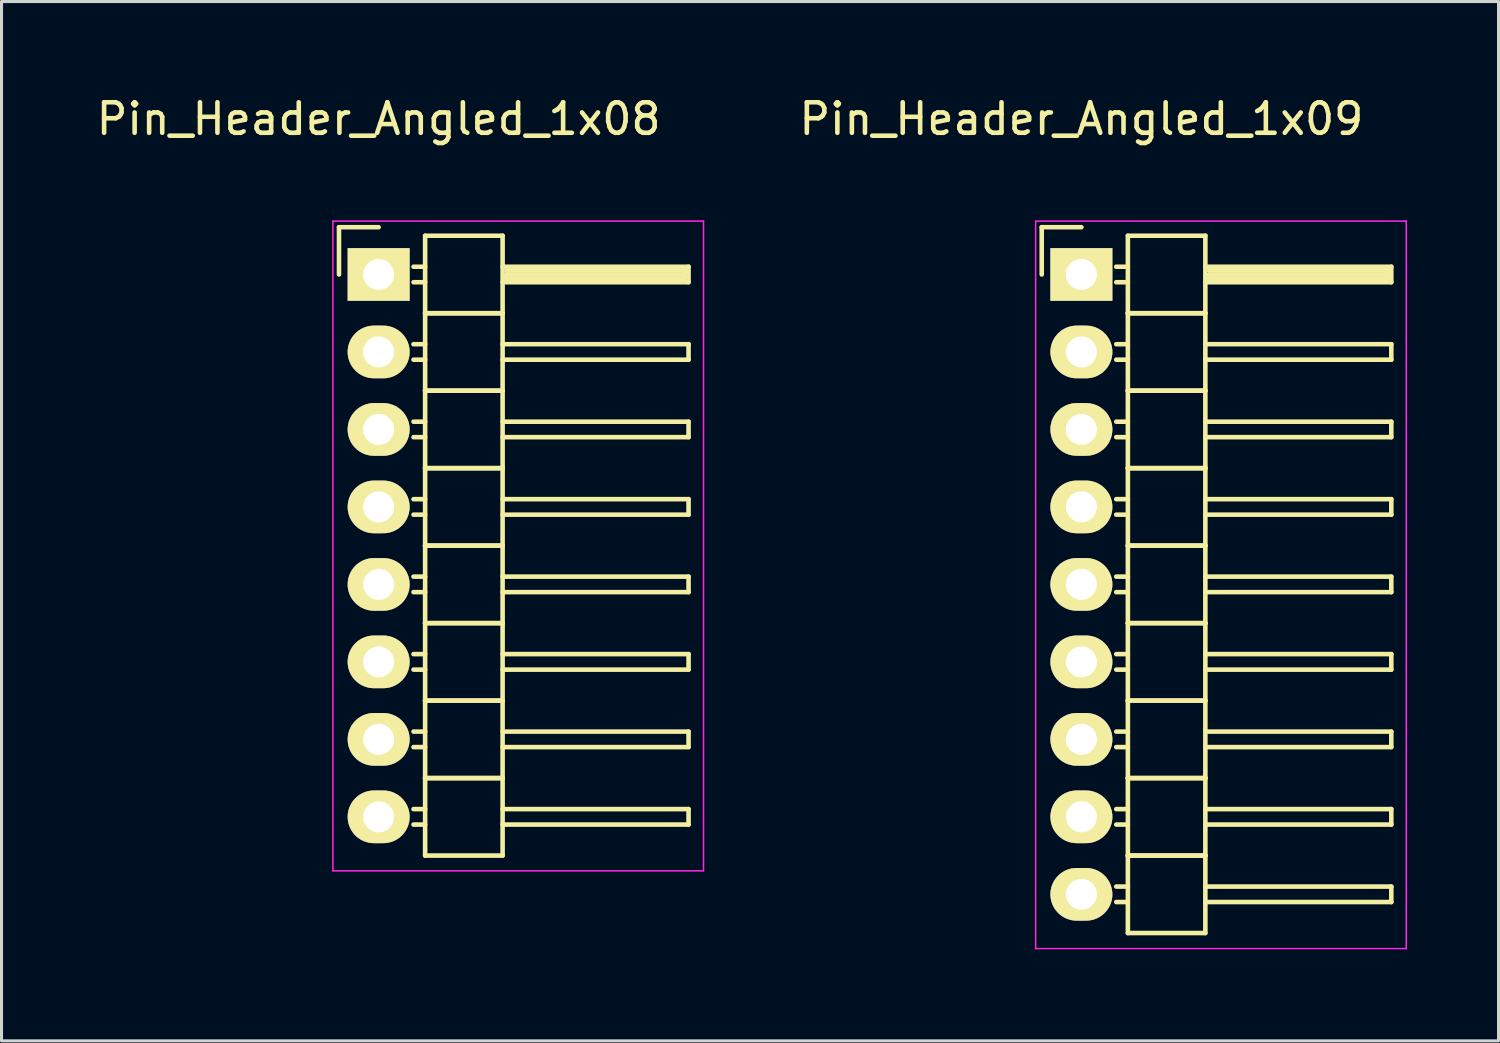
<source format=kicad_pcb>
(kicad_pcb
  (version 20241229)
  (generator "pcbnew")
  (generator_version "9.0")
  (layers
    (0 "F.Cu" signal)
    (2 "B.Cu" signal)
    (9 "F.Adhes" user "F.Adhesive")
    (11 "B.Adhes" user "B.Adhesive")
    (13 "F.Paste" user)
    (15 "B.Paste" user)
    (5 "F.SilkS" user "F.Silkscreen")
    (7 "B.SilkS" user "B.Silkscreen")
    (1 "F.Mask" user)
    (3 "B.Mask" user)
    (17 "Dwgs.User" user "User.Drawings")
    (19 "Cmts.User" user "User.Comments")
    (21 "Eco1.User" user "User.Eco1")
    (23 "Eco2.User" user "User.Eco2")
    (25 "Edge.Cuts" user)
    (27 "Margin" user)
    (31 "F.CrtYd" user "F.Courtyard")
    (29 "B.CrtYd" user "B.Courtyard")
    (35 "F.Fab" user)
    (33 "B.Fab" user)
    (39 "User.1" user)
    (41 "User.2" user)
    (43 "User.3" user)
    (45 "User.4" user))
  (footprint "Pin_Header_Angled_1x09"
    (layer "F.Cu")
    (at 32.401 5.948)
    (property "Reference" "Pin_Header_Angled_1x09" (at 0 -5.1 0) (layer "F.SilkS") (effects (font (size 1 1) (thickness 0.15))))
    (attr through_hole)
    (fp_line (start -1.3 -1.55) (end -1.3 0) (stroke (width 0.15) (type solid)) (layer "F.SilkS"))
    (fp_line (start 0 -1.55) (end -1.3 -1.55) (stroke (width 0.15) (type solid)) (layer "F.SilkS"))
    (fp_line (start 1.524 -1.27) (end 1.524 1.27) (stroke (width 0.15) (type solid)) (layer "F.SilkS"))
    (fp_line (start 1.524 -1.27) (end 4.064 -1.27) (stroke (width 0.15) (type solid)) (layer "F.SilkS"))
    (fp_line (start 1.524 -0.254) (end 1.143 -0.254) (stroke (width 0.15) (type solid)) (layer "F.SilkS"))
    (fp_line (start 1.524 0.254) (end 1.143 0.254) (stroke (width 0.15) (type solid)) (layer "F.SilkS"))
    (fp_line (start 1.524 1.27) (end 1.524 3.81) (stroke (width 0.15) (type solid)) (layer "F.SilkS"))
    (fp_line (start 1.524 1.27) (end 4.064 1.27) (stroke (width 0.15) (type solid)) (layer "F.SilkS"))
    (fp_line (start 1.524 1.27) (end 4.064 1.27) (stroke (width 0.15) (type solid)) (layer "F.SilkS"))
    (fp_line (start 1.524 2.286) (end 1.143 2.286) (stroke (width 0.15) (type solid)) (layer "F.SilkS"))
    (fp_line (start 1.524 2.794) (end 1.143 2.794) (stroke (width 0.15) (type solid)) (layer "F.SilkS"))
    (fp_line (start 1.524 3.81) (end 1.524 6.35) (stroke (width 0.15) (type solid)) (layer "F.SilkS"))
    (fp_line (start 1.524 3.81) (end 4.064 3.81) (stroke (width 0.15) (type solid)) (layer "F.SilkS"))
    (fp_line (start 1.524 3.81) (end 4.064 3.81) (stroke (width 0.15) (type solid)) (layer "F.SilkS"))
    (fp_line (start 1.524 4.826) (end 1.143 4.826) (stroke (width 0.15) (type solid)) (layer "F.SilkS"))
    (fp_line (start 1.524 5.334) (end 1.143 5.334) (stroke (width 0.15) (type solid)) (layer "F.SilkS"))
    (fp_line (start 1.524 6.35) (end 1.524 8.89) (stroke (width 0.15) (type solid)) (layer "F.SilkS"))
    (fp_line (start 1.524 6.35) (end 4.064 6.35) (stroke (width 0.15) (type solid)) (layer "F.SilkS"))
    (fp_line (start 1.524 6.35) (end 4.064 6.35) (stroke (width 0.15) (type solid)) (layer "F.SilkS"))
    (fp_line (start 1.524 7.366) (end 1.143 7.366) (stroke (width 0.15) (type solid)) (layer "F.SilkS"))
    (fp_line (start 1.524 7.874) (end 1.143 7.874) (stroke (width 0.15) (type solid)) (layer "F.SilkS"))
    (fp_line (start 1.524 8.89) (end 1.524 11.43) (stroke (width 0.15) (type solid)) (layer "F.SilkS"))
    (fp_line (start 1.524 8.89) (end 4.064 8.89) (stroke (width 0.15) (type solid)) (layer "F.SilkS"))
    (fp_line (start 1.524 8.89) (end 4.064 8.89) (stroke (width 0.15) (type solid)) (layer "F.SilkS"))
    (fp_line (start 1.524 9.906) (end 1.143 9.906) (stroke (width 0.15) (type solid)) (layer "F.SilkS"))
    (fp_line (start 1.524 10.414) (end 1.143 10.414) (stroke (width 0.15) (type solid)) (layer "F.SilkS"))
    (fp_line (start 1.524 11.43) (end 1.524 13.97) (stroke (width 0.15) (type solid)) (layer "F.SilkS"))
    (fp_line (start 1.524 11.43) (end 4.064 11.43) (stroke (width 0.15) (type solid)) (layer "F.SilkS"))
    (fp_line (start 1.524 11.43) (end 4.064 11.43) (stroke (width 0.15) (type solid)) (layer "F.SilkS"))
    (fp_line (start 1.524 12.446) (end 1.143 12.446) (stroke (width 0.15) (type solid)) (layer "F.SilkS"))
    (fp_line (start 1.524 12.954) (end 1.143 12.954) (stroke (width 0.15) (type solid)) (layer "F.SilkS"))
    (fp_line (start 1.524 13.97) (end 1.524 16.51) (stroke (width 0.15) (type solid)) (layer "F.SilkS"))
    (fp_line (start 1.524 13.97) (end 4.064 13.97) (stroke (width 0.15) (type solid)) (layer "F.SilkS"))
    (fp_line (start 1.524 13.97) (end 4.064 13.97) (stroke (width 0.15) (type solid)) (layer "F.SilkS"))
    (fp_line (start 1.524 14.986) (end 1.143 14.986) (stroke (width 0.15) (type solid)) (layer "F.SilkS"))
    (fp_line (start 1.524 15.494) (end 1.143 15.494) (stroke (width 0.15) (type solid)) (layer "F.SilkS"))
    (fp_line (start 1.524 16.51) (end 1.524 19.05) (stroke (width 0.15) (type solid)) (layer "F.SilkS"))
    (fp_line (start 1.524 16.51) (end 4.064 16.51) (stroke (width 0.15) (type solid)) (layer "F.SilkS"))
    (fp_line (start 1.524 16.51) (end 4.064 16.51) (stroke (width 0.15) (type solid)) (layer "F.SilkS"))
    (fp_line (start 1.524 17.526) (end 1.143 17.526) (stroke (width 0.15) (type solid)) (layer "F.SilkS"))
    (fp_line (start 1.524 18.034) (end 1.143 18.034) (stroke (width 0.15) (type solid)) (layer "F.SilkS"))
    (fp_line (start 1.524 19.05) (end 1.524 21.59) (stroke (width 0.15) (type solid)) (layer "F.SilkS"))
    (fp_line (start 1.524 19.05) (end 4.064 19.05) (stroke (width 0.15) (type solid)) (layer "F.SilkS"))
    (fp_line (start 1.524 19.05) (end 4.064 19.05) (stroke (width 0.15) (type solid)) (layer "F.SilkS"))
    (fp_line (start 1.524 20.066) (end 1.143 20.066) (stroke (width 0.15) (type solid)) (layer "F.SilkS"))
    (fp_line (start 1.524 20.574) (end 1.143 20.574) (stroke (width 0.15) (type solid)) (layer "F.SilkS"))
    (fp_line (start 1.524 21.59) (end 4.064 21.59) (stroke (width 0.15) (type solid)) (layer "F.SilkS"))
    (fp_line (start 4.064 -0.254) (end 10.16 -0.254) (stroke (width 0.15) (type solid)) (layer "F.SilkS"))
    (fp_line (start 4.064 1.27) (end 4.064 -1.27) (stroke (width 0.15) (type solid)) (layer "F.SilkS"))
    (fp_line (start 4.064 2.286) (end 10.16 2.286) (stroke (width 0.15) (type solid)) (layer "F.SilkS"))
    (fp_line (start 4.064 3.81) (end 4.064 1.27) (stroke (width 0.15) (type solid)) (layer "F.SilkS"))
    (fp_line (start 4.064 4.826) (end 10.16 4.826) (stroke (width 0.15) (type solid)) (layer "F.SilkS"))
    (fp_line (start 4.064 6.35) (end 4.064 3.81) (stroke (width 0.15) (type solid)) (layer "F.SilkS"))
    (fp_line (start 4.064 7.366) (end 10.16 7.366) (stroke (width 0.15) (type solid)) (layer "F.SilkS"))
    (fp_line (start 4.064 8.89) (end 4.064 6.35) (stroke (width 0.15) (type solid)) (layer "F.SilkS"))
    (fp_line (start 4.064 9.906) (end 10.16 9.906) (stroke (width 0.15) (type solid)) (layer "F.SilkS"))
    (fp_line (start 4.064 11.43) (end 4.064 8.89) (stroke (width 0.15) (type solid)) (layer "F.SilkS"))
    (fp_line (start 4.064 12.446) (end 10.16 12.446) (stroke (width 0.15) (type solid)) (layer "F.SilkS"))
    (fp_line (start 4.064 13.97) (end 4.064 11.43) (stroke (width 0.15) (type solid)) (layer "F.SilkS"))
    (fp_line (start 4.064 14.986) (end 10.16 14.986) (stroke (width 0.15) (type solid)) (layer "F.SilkS"))
    (fp_line (start 4.064 16.51) (end 4.064 13.97) (stroke (width 0.15) (type solid)) (layer "F.SilkS"))
    (fp_line (start 4.064 17.526) (end 10.16 17.526) (stroke (width 0.15) (type solid)) (layer "F.SilkS"))
    (fp_line (start 4.064 19.05) (end 4.064 16.51) (stroke (width 0.15) (type solid)) (layer "F.SilkS"))
    (fp_line (start 4.064 20.066) (end 10.16 20.066) (stroke (width 0.15) (type solid)) (layer "F.SilkS"))
    (fp_line (start 4.064 21.59) (end 4.064 19.05) (stroke (width 0.15) (type solid)) (layer "F.SilkS"))
    (fp_line (start 4.191 -0.127) (end 10.033 -0.127) (stroke (width 0.15) (type solid)) (layer "F.SilkS"))
    (fp_line (start 4.191 0) (end 10.033 0) (stroke (width 0.15) (type solid)) (layer "F.SilkS"))
    (fp_line (start 4.191 0.127) (end 4.191 0) (stroke (width 0.15) (type solid)) (layer "F.SilkS"))
    (fp_line (start 10.033 -0.127) (end 10.033 0.127) (stroke (width 0.15) (type solid)) (layer "F.SilkS"))
    (fp_line (start 10.033 0.127) (end 4.191 0.127) (stroke (width 0.15) (type solid)) (layer "F.SilkS"))
    (fp_line (start 10.16 -0.254) (end 10.16 0.254) (stroke (width 0.15) (type solid)) (layer "F.SilkS"))
    (fp_line (start 10.16 0.254) (end 4.064 0.254) (stroke (width 0.15) (type solid)) (layer "F.SilkS"))
    (fp_line (start 10.16 2.286) (end 10.16 2.794) (stroke (width 0.15) (type solid)) (layer "F.SilkS"))
    (fp_line (start 10.16 2.794) (end 4.064 2.794) (stroke (width 0.15) (type solid)) (layer "F.SilkS"))
    (fp_line (start 10.16 4.826) (end 10.16 5.334) (stroke (width 0.15) (type solid)) (layer "F.SilkS"))
    (fp_line (start 10.16 5.334) (end 4.064 5.334) (stroke (width 0.15) (type solid)) (layer "F.SilkS"))
    (fp_line (start 10.16 7.366) (end 10.16 7.874) (stroke (width 0.15) (type solid)) (layer "F.SilkS"))
    (fp_line (start 10.16 7.874) (end 4.064 7.874) (stroke (width 0.15) (type solid)) (layer "F.SilkS"))
    (fp_line (start 10.16 9.906) (end 10.16 10.414) (stroke (width 0.15) (type solid)) (layer "F.SilkS"))
    (fp_line (start 10.16 10.414) (end 4.064 10.414) (stroke (width 0.15) (type solid)) (layer "F.SilkS"))
    (fp_line (start 10.16 12.446) (end 10.16 12.954) (stroke (width 0.15) (type solid)) (layer "F.SilkS"))
    (fp_line (start 10.16 12.954) (end 4.064 12.954) (stroke (width 0.15) (type solid)) (layer "F.SilkS"))
    (fp_line (start 10.16 14.986) (end 10.16 15.494) (stroke (width 0.15) (type solid)) (layer "F.SilkS"))
    (fp_line (start 10.16 15.494) (end 4.064 15.494) (stroke (width 0.15) (type solid)) (layer "F.SilkS"))
    (fp_line (start 10.16 17.526) (end 10.16 18.034) (stroke (width 0.15) (type solid)) (layer "F.SilkS"))
    (fp_line (start 10.16 18.034) (end 4.064 18.034) (stroke (width 0.15) (type solid)) (layer "F.SilkS"))
    (fp_line (start 10.16 20.066) (end 10.16 20.574) (stroke (width 0.15) (type solid)) (layer "F.SilkS"))
    (fp_line (start 10.16 20.574) (end 4.064 20.574) (stroke (width 0.15) (type solid)) (layer "F.SilkS"))
    (fp_line (start -1.5 -1.75) (end -1.5 22.1) (stroke (width 0.05) (type solid)) (layer "F.CrtYd"))
    (fp_line (start -1.5 -1.75) (end 10.65 -1.75) (stroke (width 0.05) (type solid)) (layer "F.CrtYd"))
    (fp_line (start -1.5 22.1) (end 10.65 22.1) (stroke (width 0.05) (type solid)) (layer "F.CrtYd"))
    (fp_line (start 10.65 -1.75) (end 10.65 22.1) (stroke (width 0.05) (type solid)) (layer "F.CrtYd"))
    (pad "1" thru_hole rect (at 0 0) (size 2.032 1.727) (drill 1.016) (layers "*.Cu" "*.Mask" "F.SilkS"))
    (pad "2" thru_hole oval (at 0 2.54) (size 2.032 1.727) (drill 1.016) (layers "*.Cu" "*.Mask" "F.SilkS"))
    (pad "3" thru_hole oval (at 0 5.08) (size 2.032 1.727) (drill 1.016) (layers "*.Cu" "*.Mask" "F.SilkS"))
    (pad "4" thru_hole oval (at 0 7.62) (size 2.032 1.727) (drill 1.016) (layers "*.Cu" "*.Mask" "F.SilkS"))
    (pad "5" thru_hole oval (at 0 10.16) (size 2.032 1.727) (drill 1.016) (layers "*.Cu" "*.Mask" "F.SilkS"))
    (pad "6" thru_hole oval (at 0 12.7) (size 2.032 1.727) (drill 1.016) (layers "*.Cu" "*.Mask" "F.SilkS"))
    (pad "7" thru_hole oval (at 0 15.24) (size 2.032 1.727) (drill 1.016) (layers "*.Cu" "*.Mask" "F.SilkS"))
    (pad "8" thru_hole oval (at 0 17.78) (size 2.032 1.727) (drill 1.016) (layers "*.Cu" "*.Mask" "F.SilkS"))
    (pad "9" thru_hole oval (at 0 20.32) (size 2.032 1.727) (drill 1.016) (layers "*.Cu" "*.Mask" "F.SilkS")))
  (footprint "Pin_Header_Angled_1x08"
    (layer "F.Cu")
    (at 9.363 5.948)
    (property "Reference" "Pin_Header_Angled_1x08" (at 0 -5.1 0) (layer "F.SilkS") (effects (font (size 1 1) (thickness 0.15))))
    (attr through_hole)
    (fp_line (start -1.3 -1.55) (end -1.3 0) (stroke (width 0.15) (type solid)) (layer "F.SilkS"))
    (fp_line (start 0 -1.55) (end -1.3 -1.55) (stroke (width 0.15) (type solid)) (layer "F.SilkS"))
    (fp_line (start 1.524 -1.27) (end 1.524 1.27) (stroke (width 0.15) (type solid)) (layer "F.SilkS"))
    (fp_line (start 1.524 -1.27) (end 4.064 -1.27) (stroke (width 0.15) (type solid)) (layer "F.SilkS"))
    (fp_line (start 1.524 -0.254) (end 1.143 -0.254) (stroke (width 0.15) (type solid)) (layer "F.SilkS"))
    (fp_line (start 1.524 0.254) (end 1.143 0.254) (stroke (width 0.15) (type solid)) (layer "F.SilkS"))
    (fp_line (start 1.524 1.27) (end 1.524 3.81) (stroke (width 0.15) (type solid)) (layer "F.SilkS"))
    (fp_line (start 1.524 1.27) (end 4.064 1.27) (stroke (width 0.15) (type solid)) (layer "F.SilkS"))
    (fp_line (start 1.524 1.27) (end 4.064 1.27) (stroke (width 0.15) (type solid)) (layer "F.SilkS"))
    (fp_line (start 1.524 2.286) (end 1.143 2.286) (stroke (width 0.15) (type solid)) (layer "F.SilkS"))
    (fp_line (start 1.524 2.794) (end 1.143 2.794) (stroke (width 0.15) (type solid)) (layer "F.SilkS"))
    (fp_line (start 1.524 3.81) (end 1.524 6.35) (stroke (width 0.15) (type solid)) (layer "F.SilkS"))
    (fp_line (start 1.524 3.81) (end 4.064 3.81) (stroke (width 0.15) (type solid)) (layer "F.SilkS"))
    (fp_line (start 1.524 3.81) (end 4.064 3.81) (stroke (width 0.15) (type solid)) (layer "F.SilkS"))
    (fp_line (start 1.524 4.826) (end 1.143 4.826) (stroke (width 0.15) (type solid)) (layer "F.SilkS"))
    (fp_line (start 1.524 5.334) (end 1.143 5.334) (stroke (width 0.15) (type solid)) (layer "F.SilkS"))
    (fp_line (start 1.524 6.35) (end 1.524 8.89) (stroke (width 0.15) (type solid)) (layer "F.SilkS"))
    (fp_line (start 1.524 6.35) (end 4.064 6.35) (stroke (width 0.15) (type solid)) (layer "F.SilkS"))
    (fp_line (start 1.524 6.35) (end 4.064 6.35) (stroke (width 0.15) (type solid)) (layer "F.SilkS"))
    (fp_line (start 1.524 7.366) (end 1.143 7.366) (stroke (width 0.15) (type solid)) (layer "F.SilkS"))
    (fp_line (start 1.524 7.874) (end 1.143 7.874) (stroke (width 0.15) (type solid)) (layer "F.SilkS"))
    (fp_line (start 1.524 8.89) (end 1.524 11.43) (stroke (width 0.15) (type solid)) (layer "F.SilkS"))
    (fp_line (start 1.524 8.89) (end 4.064 8.89) (stroke (width 0.15) (type solid)) (layer "F.SilkS"))
    (fp_line (start 1.524 8.89) (end 4.064 8.89) (stroke (width 0.15) (type solid)) (layer "F.SilkS"))
    (fp_line (start 1.524 9.906) (end 1.143 9.906) (stroke (width 0.15) (type solid)) (layer "F.SilkS"))
    (fp_line (start 1.524 10.414) (end 1.143 10.414) (stroke (width 0.15) (type solid)) (layer "F.SilkS"))
    (fp_line (start 1.524 11.43) (end 1.524 13.97) (stroke (width 0.15) (type solid)) (layer "F.SilkS"))
    (fp_line (start 1.524 11.43) (end 4.064 11.43) (stroke (width 0.15) (type solid)) (layer "F.SilkS"))
    (fp_line (start 1.524 11.43) (end 4.064 11.43) (stroke (width 0.15) (type solid)) (layer "F.SilkS"))
    (fp_line (start 1.524 12.446) (end 1.143 12.446) (stroke (width 0.15) (type solid)) (layer "F.SilkS"))
    (fp_line (start 1.524 12.954) (end 1.143 12.954) (stroke (width 0.15) (type solid)) (layer "F.SilkS"))
    (fp_line (start 1.524 13.97) (end 1.524 16.51) (stroke (width 0.15) (type solid)) (layer "F.SilkS"))
    (fp_line (start 1.524 13.97) (end 4.064 13.97) (stroke (width 0.15) (type solid)) (layer "F.SilkS"))
    (fp_line (start 1.524 13.97) (end 4.064 13.97) (stroke (width 0.15) (type solid)) (layer "F.SilkS"))
    (fp_line (start 1.524 14.986) (end 1.143 14.986) (stroke (width 0.15) (type solid)) (layer "F.SilkS"))
    (fp_line (start 1.524 15.494) (end 1.143 15.494) (stroke (width 0.15) (type solid)) (layer "F.SilkS"))
    (fp_line (start 1.524 16.51) (end 1.524 19.05) (stroke (width 0.15) (type solid)) (layer "F.SilkS"))
    (fp_line (start 1.524 16.51) (end 4.064 16.51) (stroke (width 0.15) (type solid)) (layer "F.SilkS"))
    (fp_line (start 1.524 16.51) (end 4.064 16.51) (stroke (width 0.15) (type solid)) (layer "F.SilkS"))
    (fp_line (start 1.524 17.526) (end 1.143 17.526) (stroke (width 0.15) (type solid)) (layer "F.SilkS"))
    (fp_line (start 1.524 18.034) (end 1.143 18.034) (stroke (width 0.15) (type solid)) (layer "F.SilkS"))
    (fp_line (start 1.524 19.05) (end 4.064 19.05) (stroke (width 0.15) (type solid)) (layer "F.SilkS"))
    (fp_line (start 4.064 -0.254) (end 10.16 -0.254) (stroke (width 0.15) (type solid)) (layer "F.SilkS"))
    (fp_line (start 4.064 1.27) (end 4.064 -1.27) (stroke (width 0.15) (type solid)) (layer "F.SilkS"))
    (fp_line (start 4.064 2.286) (end 10.16 2.286) (stroke (width 0.15) (type solid)) (layer "F.SilkS"))
    (fp_line (start 4.064 3.81) (end 4.064 1.27) (stroke (width 0.15) (type solid)) (layer "F.SilkS"))
    (fp_line (start 4.064 4.826) (end 10.16 4.826) (stroke (width 0.15) (type solid)) (layer "F.SilkS"))
    (fp_line (start 4.064 6.35) (end 4.064 3.81) (stroke (width 0.15) (type solid)) (layer "F.SilkS"))
    (fp_line (start 4.064 7.366) (end 10.16 7.366) (stroke (width 0.15) (type solid)) (layer "F.SilkS"))
    (fp_line (start 4.064 8.89) (end 4.064 6.35) (stroke (width 0.15) (type solid)) (layer "F.SilkS"))
    (fp_line (start 4.064 9.906) (end 10.16 9.906) (stroke (width 0.15) (type solid)) (layer "F.SilkS"))
    (fp_line (start 4.064 11.43) (end 4.064 8.89) (stroke (width 0.15) (type solid)) (layer "F.SilkS"))
    (fp_line (start 4.064 12.446) (end 10.16 12.446) (stroke (width 0.15) (type solid)) (layer "F.SilkS"))
    (fp_line (start 4.064 13.97) (end 4.064 11.43) (stroke (width 0.15) (type solid)) (layer "F.SilkS"))
    (fp_line (start 4.064 14.986) (end 10.16 14.986) (stroke (width 0.15) (type solid)) (layer "F.SilkS"))
    (fp_line (start 4.064 16.51) (end 4.064 13.97) (stroke (width 0.15) (type solid)) (layer "F.SilkS"))
    (fp_line (start 4.064 17.526) (end 10.16 17.526) (stroke (width 0.15) (type solid)) (layer "F.SilkS"))
    (fp_line (start 4.064 19.05) (end 4.064 16.51) (stroke (width 0.15) (type solid)) (layer "F.SilkS"))
    (fp_line (start 4.191 -0.127) (end 10.033 -0.127) (stroke (width 0.15) (type solid)) (layer "F.SilkS"))
    (fp_line (start 4.191 0) (end 10.033 0) (stroke (width 0.15) (type solid)) (layer "F.SilkS"))
    (fp_line (start 4.191 0.127) (end 4.191 0) (stroke (width 0.15) (type solid)) (layer "F.SilkS"))
    (fp_line (start 10.033 -0.127) (end 10.033 0.127) (stroke (width 0.15) (type solid)) (layer "F.SilkS"))
    (fp_line (start 10.033 0.127) (end 4.191 0.127) (stroke (width 0.15) (type solid)) (layer "F.SilkS"))
    (fp_line (start 10.16 -0.254) (end 10.16 0.254) (stroke (width 0.15) (type solid)) (layer "F.SilkS"))
    (fp_line (start 10.16 0.254) (end 4.064 0.254) (stroke (width 0.15) (type solid)) (layer "F.SilkS"))
    (fp_line (start 10.16 2.286) (end 10.16 2.794) (stroke (width 0.15) (type solid)) (layer "F.SilkS"))
    (fp_line (start 10.16 2.794) (end 4.064 2.794) (stroke (width 0.15) (type solid)) (layer "F.SilkS"))
    (fp_line (start 10.16 4.826) (end 10.16 5.334) (stroke (width 0.15) (type solid)) (layer "F.SilkS"))
    (fp_line (start 10.16 5.334) (end 4.064 5.334) (stroke (width 0.15) (type solid)) (layer "F.SilkS"))
    (fp_line (start 10.16 7.366) (end 10.16 7.874) (stroke (width 0.15) (type solid)) (layer "F.SilkS"))
    (fp_line (start 10.16 7.874) (end 4.064 7.874) (stroke (width 0.15) (type solid)) (layer "F.SilkS"))
    (fp_line (start 10.16 9.906) (end 10.16 10.414) (stroke (width 0.15) (type solid)) (layer "F.SilkS"))
    (fp_line (start 10.16 10.414) (end 4.064 10.414) (stroke (width 0.15) (type solid)) (layer "F.SilkS"))
    (fp_line (start 10.16 12.446) (end 10.16 12.954) (stroke (width 0.15) (type solid)) (layer "F.SilkS"))
    (fp_line (start 10.16 12.954) (end 4.064 12.954) (stroke (width 0.15) (type solid)) (layer "F.SilkS"))
    (fp_line (start 10.16 14.986) (end 10.16 15.494) (stroke (width 0.15) (type solid)) (layer "F.SilkS"))
    (fp_line (start 10.16 15.494) (end 4.064 15.494) (stroke (width 0.15) (type solid)) (layer "F.SilkS"))
    (fp_line (start 10.16 17.526) (end 10.16 18.034) (stroke (width 0.15) (type solid)) (layer "F.SilkS"))
    (fp_line (start 10.16 18.034) (end 4.064 18.034) (stroke (width 0.15) (type solid)) (layer "F.SilkS"))
    (fp_line (start -1.5 -1.75) (end -1.5 19.55) (stroke (width 0.05) (type solid)) (layer "F.CrtYd"))
    (fp_line (start -1.5 -1.75) (end 10.65 -1.75) (stroke (width 0.05) (type solid)) (layer "F.CrtYd"))
    (fp_line (start -1.5 19.55) (end 10.65 19.55) (stroke (width 0.05) (type solid)) (layer "F.CrtYd"))
    (fp_line (start 10.65 -1.75) (end 10.65 19.55) (stroke (width 0.05) (type solid)) (layer "F.CrtYd"))
    (pad "1" thru_hole rect (at 0 0) (size 2.032 1.727) (drill 1.016) (layers "*.Cu" "*.Mask" "F.SilkS"))
    (pad "2" thru_hole oval (at 0 2.54) (size 2.032 1.727) (drill 1.016) (layers "*.Cu" "*.Mask" "F.SilkS"))
    (pad "3" thru_hole oval (at 0 5.08) (size 2.032 1.727) (drill 1.016) (layers "*.Cu" "*.Mask" "F.SilkS"))
    (pad "4" thru_hole oval (at 0 7.62) (size 2.032 1.727) (drill 1.016) (layers "*.Cu" "*.Mask" "F.SilkS"))
    (pad "5" thru_hole oval (at 0 10.16) (size 2.032 1.727) (drill 1.016) (layers "*.Cu" "*.Mask" "F.SilkS"))
    (pad "6" thru_hole oval (at 0 12.7) (size 2.032 1.727) (drill 1.016) (layers "*.Cu" "*.Mask" "F.SilkS"))
    (pad "7" thru_hole oval (at 0 15.24) (size 2.032 1.727) (drill 1.016) (layers "*.Cu" "*.Mask" "F.SilkS"))
    (pad "8" thru_hole oval (at 0 17.78) (size 2.032 1.727) (drill 1.016) (layers "*.Cu" "*.Mask" "F.SilkS")))
  (gr_rect
    (start -3 -3)
    (end 46.076 31.073)
    (stroke (width 0.1) (type default))
    (fill no)
    (layer "Edge.Cuts")))
</source>
